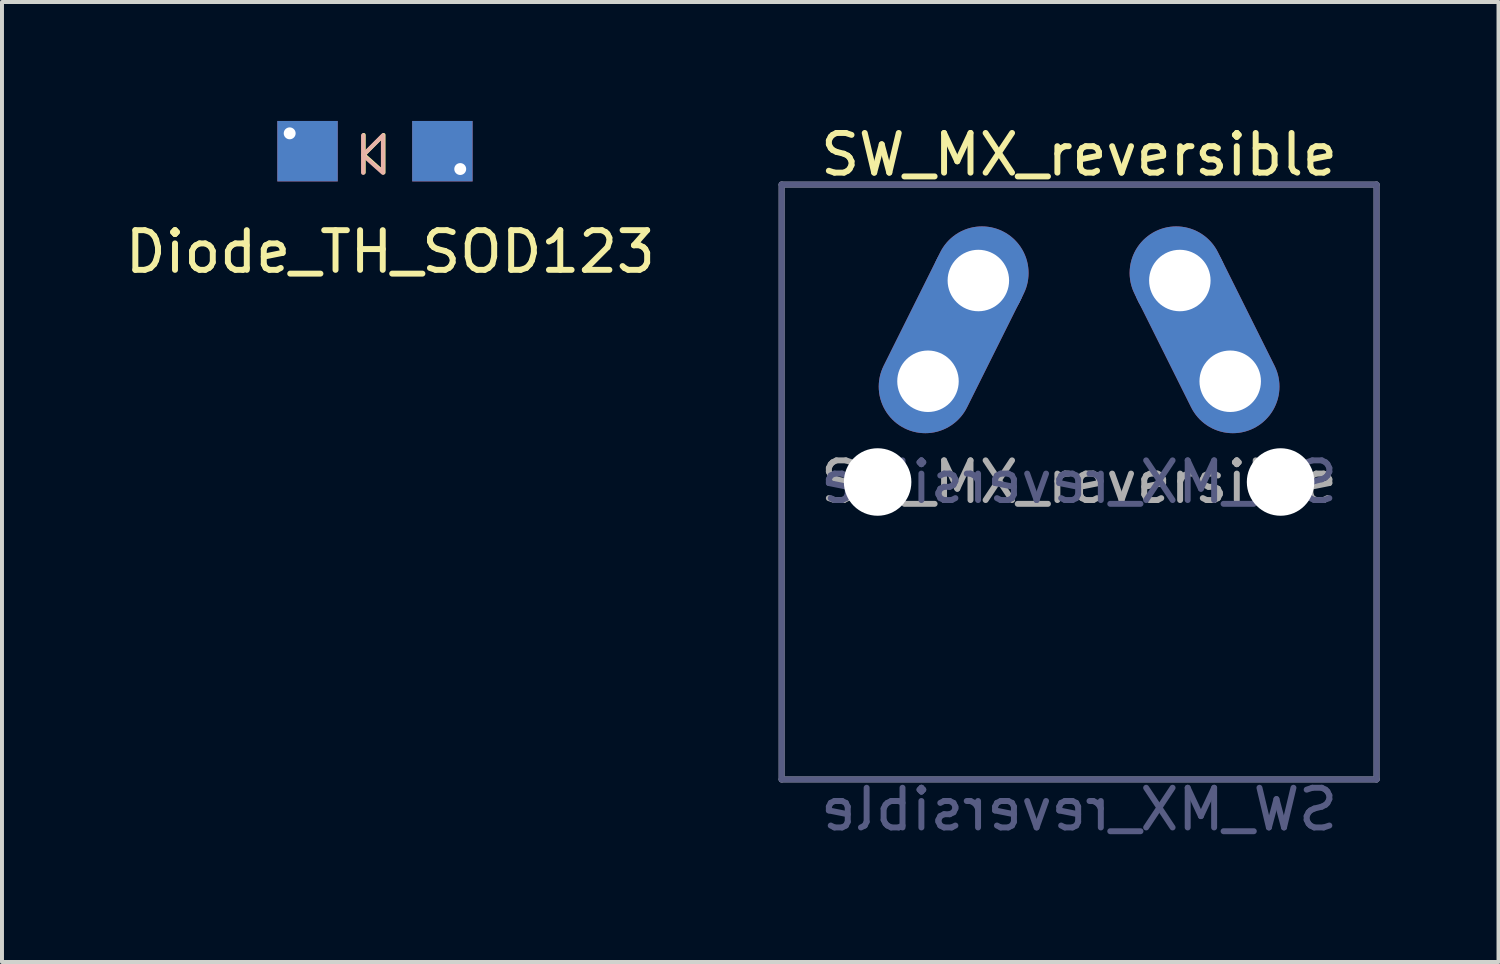
<source format=kicad_pcb>
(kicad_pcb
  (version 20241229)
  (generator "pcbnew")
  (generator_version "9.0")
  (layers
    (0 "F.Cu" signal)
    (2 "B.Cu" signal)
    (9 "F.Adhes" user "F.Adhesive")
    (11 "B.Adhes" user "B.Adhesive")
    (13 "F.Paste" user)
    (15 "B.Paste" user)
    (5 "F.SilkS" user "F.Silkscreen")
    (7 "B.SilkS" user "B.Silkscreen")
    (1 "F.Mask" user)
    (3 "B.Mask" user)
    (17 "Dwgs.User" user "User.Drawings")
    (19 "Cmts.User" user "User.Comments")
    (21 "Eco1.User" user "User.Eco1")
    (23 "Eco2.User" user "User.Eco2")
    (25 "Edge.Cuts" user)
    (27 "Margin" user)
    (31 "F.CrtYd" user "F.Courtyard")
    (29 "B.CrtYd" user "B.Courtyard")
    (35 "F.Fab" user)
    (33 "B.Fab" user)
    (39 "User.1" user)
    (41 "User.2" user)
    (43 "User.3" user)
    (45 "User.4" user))
  (footprint "SW_MX_reversible"
    (layer "F.Cu")
    (at 24.158 9.103)
    (property "Reference" "SW_MX_reversible" (at 0 -8.255 0) (layer "F.SilkS") (effects (font (size 1 1) (thickness 0.15))))
    (property "Value" "SW_MX_reversible" (at 0 8.255 0) (layer "F.Fab") (hide yes) (effects (font (size 1 1) (thickness 0.15))))
    (attr through_hole)
    (fp_line (start -6.9 6.9) (end -6.9 -6.9) (stroke (width 0.15) (type solid)) (layer "Eco2.User"))
    (fp_line (start -6.9 6.9) (end 6.9 6.9) (stroke (width 0.15) (type solid)) (layer "Eco2.User"))
    (fp_line (start 6.9 -6.9) (end -6.9 -6.9) (stroke (width 0.15) (type solid)) (layer "Eco2.User"))
    (fp_line (start 6.9 -6.9) (end 6.9 6.9) (stroke (width 0.15) (type solid)) (layer "Eco2.User"))
    (fp_line (start -7.5 -7.5) (end 7.5 -7.5) (stroke (width 0.15) (type solid)) (layer "B.Fab"))
    (fp_line (start -7.5 7.5) (end -7.5 -7.5) (stroke (width 0.15) (type solid)) (layer "B.Fab"))
    (fp_line (start 7.5 -7.5) (end 7.5 7.5) (stroke (width 0.15) (type solid)) (layer "B.Fab"))
    (fp_line (start 7.5 7.5) (end -7.5 7.5) (stroke (width 0.15) (type solid)) (layer "B.Fab"))
    (fp_line (start -7.5 -7.5) (end 7.5 -7.5) (stroke (width 0.15) (type solid)) (layer "F.Fab"))
    (fp_line (start -7.5 7.5) (end -7.5 -7.5) (stroke (width 0.15) (type solid)) (layer "F.Fab"))
    (fp_line (start 7.5 -7.5) (end 7.5 7.5) (stroke (width 0.15) (type solid)) (layer "F.Fab"))
    (fp_line (start 7.5 7.5) (end -7.5 7.5) (stroke (width 0.15) (type solid)) (layer "F.Fab"))
    (fp_text user "${VALUE}" (at 0 8.255 0) (layer "B.Fab") (effects (font (size 1 1) (thickness 0.15)) (justify mirror)))
    (fp_text user "${REFERENCE}" (at 0 0 0) (layer "B.Fab") (effects (font (size 1 1) (thickness 0.15)) (justify mirror)))
    (fp_text user "${REFERENCE}" (at 0 0 0) (layer "F.Fab") (effects (font (size 1 1) (thickness 0.15))))
    (pad "" np_thru_hole circle (at -5.08 0) (size 1.702 1.702) (drill 1.702) (layers "*.Cu" "*.Mask"))
    (pad "" np_thru_hole circle (at 5.08 0) (size 1.702 1.702) (drill 1.702) (layers "*.Cu" "*.Mask"))
    (pad "1" thru_hole oval (at -3.81 -2.54 333.5) (size 2.35 5.55) (drill 1.55 (offset 0 -1.45)) (layers "*.Cu" "*.Mask") (remove_unused_layers yes) (keep_end_layers yes) (zone_layer_connections))
    (pad "1" thru_hole circle (at -2.54 -5.08) (size 2.35 2.35) (drill 1.55) (layers "*.Cu" "*.Mask") (remove_unused_layers yes) (keep_end_layers yes) (zone_layer_connections))
    (pad "2" thru_hole circle (at 2.54 -5.08) (size 2.35 2.35) (drill 1.55) (layers "*.Cu" "*.Mask"))
    (pad "2" thru_hole oval (at 3.81 -2.54 26.5) (size 2.35 5.55) (drill 1.55 (offset 0 -1.45)) (layers "*.Cu" "*.Mask") (remove_unused_layers yes) (keep_end_layers yes) (zone_layer_connections)))
  (footprint "Diode_TH_SOD123"
    (layer "F.Cu")
    (at 1.404 0.762)
    (property "Reference" "Diode_TH_SOD123" (at 5.387 2.537 0) (layer "F.SilkS") (effects (font (size 1 1) (thickness 0.15))))
    (attr through_hole)
    (fp_line (start 4.717 -0.409) (end 4.717 0.538) (stroke (width 0.1) (type solid)) (layer "F.SilkS"))
    (fp_poly (pts (xy 5.217 -0.409) (xy 4.717 0.091) (xy 5.217 0.538)) (stroke (width 0.1) (type solid)) (fill no) (layer "F.SilkS"))
    (fp_line (start 4.7 -0.4) (end 4.7 0.546) (stroke (width 0.1) (type solid)) (layer "B.SilkS"))
    (fp_poly (pts (xy 5.2 -0.4) (xy 4.7 0.1) (xy 5.2 0.546)) (stroke (width 0.1) (type solid)) (fill no) (layer "B.SilkS"))
    (pad "1" thru_hole circle (at 2.85 -0.45) (size 0.5 0.5) (drill 0.3) (layers "*.Cu" "*.Mask"))
    (pad "1" smd rect (at 3.3 0) (size 1.524 1.524) (layers "F.Cu" "F.Mask" "F.Paste"))
    (pad "1" smd rect (at 3.3 0) (size 1.524 1.524) (layers "B.Cu" "B.Mask" "B.Paste"))
    (pad "2" smd rect (at 6.7 0) (size 1.524 1.524) (layers "F.Cu" "F.Mask" "F.Paste"))
    (pad "2" smd rect (at 6.7 0) (size 1.524 1.524) (layers "B.Cu" "B.Mask" "B.Paste"))
    (pad "2" thru_hole circle (at 7.15 0.45) (size 0.5 0.5) (drill 0.3) (layers "*.Cu" "*.Mask")))
  (gr_rect
    (start -3 -3)
    (end 34.733 21.206)
    (stroke (width 0.1) (type default))
    (fill no)
    (layer "Edge.Cuts")))
</source>
